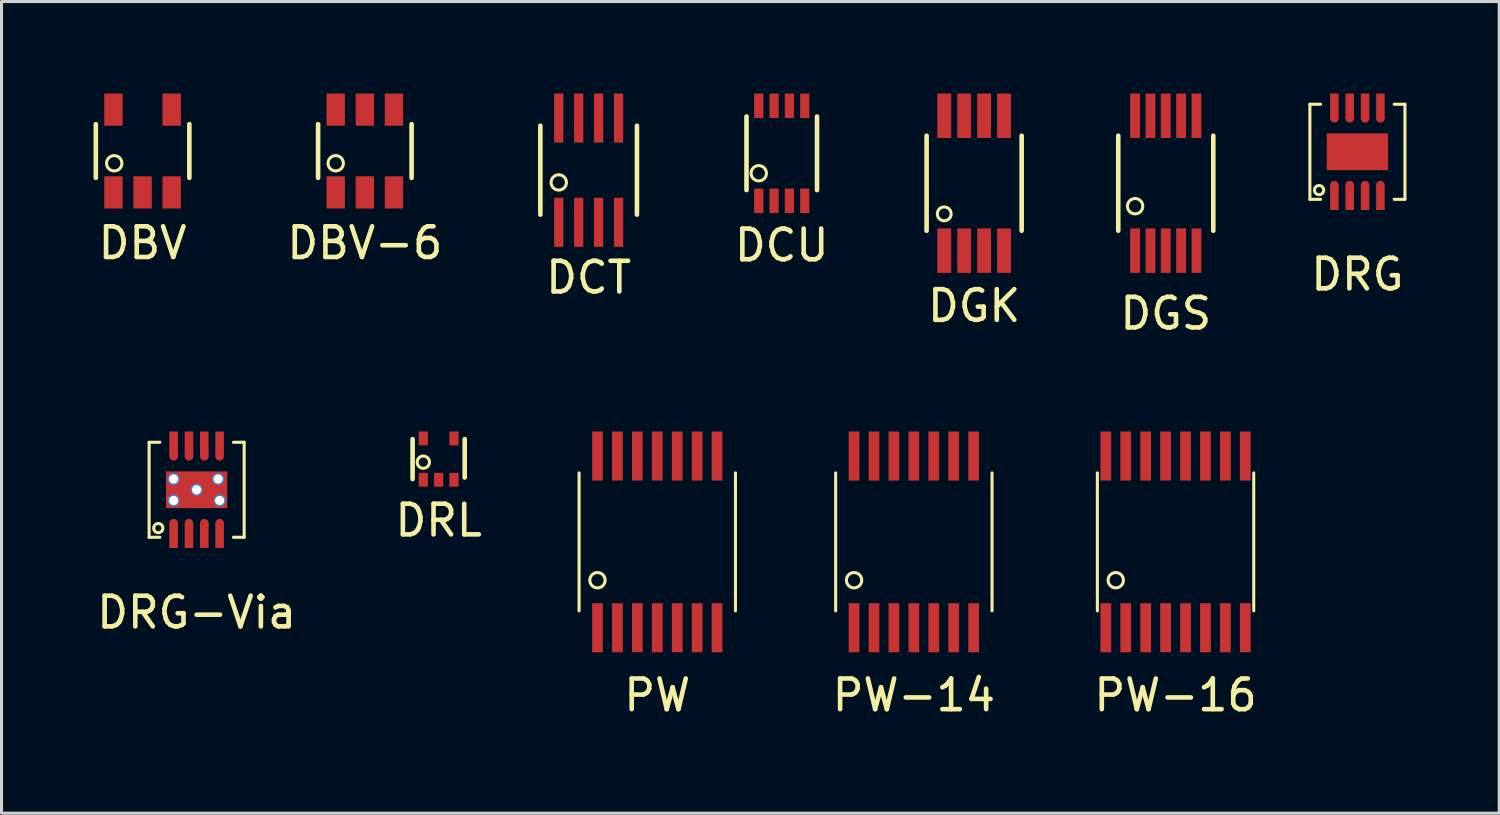
<source format=kicad_pcb>
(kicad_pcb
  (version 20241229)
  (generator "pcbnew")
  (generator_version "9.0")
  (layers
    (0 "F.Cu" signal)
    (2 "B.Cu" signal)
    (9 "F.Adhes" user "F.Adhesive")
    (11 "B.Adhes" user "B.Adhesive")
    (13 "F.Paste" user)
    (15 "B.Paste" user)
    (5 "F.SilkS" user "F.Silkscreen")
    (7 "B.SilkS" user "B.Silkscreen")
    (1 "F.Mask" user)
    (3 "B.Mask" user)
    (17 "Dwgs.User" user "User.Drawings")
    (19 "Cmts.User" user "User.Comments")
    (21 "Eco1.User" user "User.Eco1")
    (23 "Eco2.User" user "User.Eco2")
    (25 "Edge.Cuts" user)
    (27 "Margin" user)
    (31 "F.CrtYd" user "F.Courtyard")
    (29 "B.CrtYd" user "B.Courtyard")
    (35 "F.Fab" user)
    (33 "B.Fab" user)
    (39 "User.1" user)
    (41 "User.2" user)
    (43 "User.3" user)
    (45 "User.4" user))
  (footprint "DCU"
    (layer "F.Cu")
    (at 22.446 1.95)
    (property "Reference" "DCU" (at 0 3 0) (layer "F.SilkS") (effects (font (size 1 1) (thickness 0.15))))
    (attr through_hole)
    (fp_line (start -1.15 -1.2) (end -1.15 1.2) (stroke (width 0.15) (type solid)) (layer "F.SilkS"))
    (fp_line (start 1.15 -1.2) (end 1.15 1.2) (stroke (width 0.15) (type solid)) (layer "F.SilkS"))
    (fp_circle (center -0.75 0.65) (end -0.5 0.65) (stroke (width 0.1) (type solid)) (fill no) (layer "F.SilkS"))
    (pad "1" smd rect (at -0.75 1.55) (size 0.3 0.8) (layers "F.Cu" "F.Mask" "F.Paste"))
    (pad "2" smd rect (at -0.25 1.55) (size 0.3 0.8) (layers "F.Cu" "F.Mask" "F.Paste"))
    (pad "3" smd rect (at 0.25 1.55) (size 0.3 0.8) (layers "F.Cu" "F.Mask" "F.Paste"))
    (pad "4" smd rect (at 0.75 1.55) (size 0.3 0.8) (layers "F.Cu" "F.Mask" "F.Paste"))
    (pad "5" smd rect (at 0.75 -1.55) (size 0.3 0.8) (layers "F.Cu" "F.Mask" "F.Paste"))
    (pad "6" smd rect (at 0.25 -1.55) (size 0.3 0.8) (layers "F.Cu" "F.Mask" "F.Paste"))
    (pad "7" smd rect (at -0.25 -1.55) (size 0.3 0.8) (layers "F.Cu" "F.Mask" "F.Paste"))
    (pad "8" smd rect (at -0.75 -1.55) (size 0.3 0.8) (layers "F.Cu" "F.Mask" "F.Paste")))
  (footprint "DBV"
    (layer "F.Cu")
    (at 1.6 1.875)
    (property "Reference" "DBV" (at 0 3 0) (layer "F.SilkS") (effects (font (size 1 1) (thickness 0.15))))
    (attr through_hole)
    (fp_line (start -1.525 -0.875) (end -1.525 0.875) (stroke (width 0.15) (type solid)) (layer "F.SilkS"))
    (fp_line (start 1.525 -0.875) (end 1.525 0.875) (stroke (width 0.15) (type solid)) (layer "F.SilkS"))
    (fp_circle (center -0.925 0.4) (end -0.675 0.4) (stroke (width 0.1) (type solid)) (fill no) (layer "F.SilkS"))
    (pad "1" smd rect (at -0.95 1.35) (size 0.6 1.05) (layers "F.Cu" "F.Mask" "F.Paste"))
    (pad "2" smd rect (at 0 1.35) (size 0.6 1.05) (layers "F.Cu" "F.Mask" "F.Paste"))
    (pad "3" smd rect (at 0.95 1.35) (size 0.6 1.05) (layers "F.Cu" "F.Mask" "F.Paste"))
    (pad "4" smd rect (at 0.95 -1.35) (size 0.6 1.05) (layers "F.Cu" "F.Mask" "F.Paste"))
    (pad "5" smd rect (at -0.95 -1.35) (size 0.6 1.05) (layers "F.Cu" "F.Mask" "F.Paste")))
  (footprint "DRG"
    (layer "F.Cu")
    (at 41.22 1.9)
    (property "Reference" "DRG" (at 0 4 0) (layer "F.SilkS") (effects (font (size 1 1) (thickness 0.15))))
    (attr through_hole)
    (fp_line (start -1.55 -1.55) (end -1.55 1.55) (stroke (width 0.1) (type solid)) (layer "F.SilkS"))
    (fp_line (start -1.55 -1.55) (end -1.2 -1.55) (stroke (width 0.1) (type solid)) (layer "F.SilkS"))
    (fp_line (start -1.55 1.55) (end -1.2 1.55) (stroke (width 0.1) (type solid)) (layer "F.SilkS"))
    (fp_line (start 1.55 -1.55) (end 1.2 -1.55) (stroke (width 0.1) (type solid)) (layer "F.SilkS"))
    (fp_line (start 1.55 -1.55) (end 1.55 1.55) (stroke (width 0.1) (type solid)) (layer "F.SilkS"))
    (fp_line (start 1.55 1.55) (end 1.2 1.55) (stroke (width 0.1) (type solid)) (layer "F.SilkS"))
    (fp_circle (center -1.25 1.25) (end -1.1 1.25) (stroke (width 0.1) (type solid)) (fill no) (layer "F.SilkS"))
    (pad "0" smd rect (at 0 0) (size 2 1.2) (layers "F.Cu" "F.Mask" "F.Paste"))
    (pad "1" smd circle (at -0.75 1.09) (size 0.28 0.28) (layers "F.Cu" "F.Mask" "F.Paste"))
    (pad "1" smd rect (at -0.75 1.495) (size 0.28 0.81) (layers "F.Cu" "F.Mask" "F.Paste"))
    (pad "2" smd circle (at -0.25 1.09) (size 0.28 0.28) (layers "F.Cu" "F.Mask" "F.Paste"))
    (pad "2" smd rect (at -0.25 1.495) (size 0.28 0.81) (layers "F.Cu" "F.Mask" "F.Paste"))
    (pad "3" smd circle (at 0.25 1.09) (size 0.28 0.28) (layers "F.Cu" "F.Mask" "F.Paste"))
    (pad "3" smd rect (at 0.25 1.495) (size 0.28 0.81) (layers "F.Cu" "F.Mask" "F.Paste"))
    (pad "4" smd circle (at 0.75 1.09) (size 0.28 0.28) (layers "F.Cu" "F.Mask" "F.Paste"))
    (pad "4" smd rect (at 0.75 1.495) (size 0.28 0.81) (layers "F.Cu" "F.Mask" "F.Paste"))
    (pad "5" smd rect (at 0.75 -1.495) (size 0.28 0.81) (layers "F.Cu" "F.Mask" "F.Paste"))
    (pad "5" smd circle (at 0.75 -1.09) (size 0.28 0.28) (layers "F.Cu" "F.Mask" "F.Paste"))
    (pad "6" smd rect (at 0.25 -1.495) (size 0.28 0.81) (layers "F.Cu" "F.Mask" "F.Paste"))
    (pad "6" smd circle (at 0.25 -1.09) (size 0.28 0.28) (layers "F.Cu" "F.Mask" "F.Paste"))
    (pad "7" smd rect (at -0.25 -1.495) (size 0.28 0.81) (layers "F.Cu" "F.Mask" "F.Paste"))
    (pad "7" smd circle (at -0.25 -1.09) (size 0.28 0.28) (layers "F.Cu" "F.Mask" "F.Paste"))
    (pad "8" smd rect (at -0.75 -1.495) (size 0.28 0.81) (layers "F.Cu" "F.Mask" "F.Paste"))
    (pad "8" smd circle (at -0.75 -1.09) (size 0.28 0.28) (layers "F.Cu" "F.Mask" "F.Paste")))
  (footprint "PW-14"
    (layer "F.Cu")
    (at 26.754 14.623)
    (property "Reference" "PW-14" (at 0 5 0) (layer "F.SilkS") (effects (font (size 1 1) (thickness 0.15))))
    (attr through_hole)
    (fp_line (start -2.55 -2.25) (end -2.55 2.25) (stroke (width 0.1) (type solid)) (layer "F.SilkS"))
    (fp_line (start 2.55 -2.25) (end 2.55 2.25) (stroke (width 0.1) (type solid)) (layer "F.SilkS"))
    (fp_circle (center -1.95 1.25) (end -1.7 1.25) (stroke (width 0.1) (type solid)) (fill no) (layer "F.SilkS"))
    (pad "1" smd rect (at -1.95 2.8) (size 0.35 1.6) (layers "F.Cu" "F.Mask" "F.Paste"))
    (pad "2" smd rect (at -1.3 2.8) (size 0.35 1.6) (layers "F.Cu" "F.Mask" "F.Paste"))
    (pad "3" smd rect (at -0.65 2.8) (size 0.35 1.6) (layers "F.Cu" "F.Mask" "F.Paste"))
    (pad "4" smd rect (at 0 2.8) (size 0.35 1.6) (layers "F.Cu" "F.Mask" "F.Paste"))
    (pad "5" smd rect (at 0.65 2.8) (size 0.35 1.6) (layers "F.Cu" "F.Mask" "F.Paste"))
    (pad "6" smd rect (at 1.3 2.8) (size 0.35 1.6) (layers "F.Cu" "F.Mask" "F.Paste"))
    (pad "7" smd rect (at 1.95 2.8) (size 0.35 1.6) (layers "F.Cu" "F.Mask" "F.Paste"))
    (pad "8" smd rect (at 1.95 -2.8) (size 0.35 1.6) (layers "F.Cu" "F.Mask" "F.Paste"))
    (pad "9" smd rect (at 1.3 -2.8) (size 0.35 1.6) (layers "F.Cu" "F.Mask" "F.Paste"))
    (pad "10" smd rect (at 0.65 -2.8) (size 0.35 1.6) (layers "F.Cu" "F.Mask" "F.Paste"))
    (pad "11" smd rect (at 0 -2.8) (size 0.35 1.6) (layers "F.Cu" "F.Mask" "F.Paste"))
    (pad "12" smd rect (at -0.65 -2.8) (size 0.35 1.6) (layers "F.Cu" "F.Mask" "F.Paste"))
    (pad "13" smd rect (at -1.3 -2.8) (size 0.35 1.6) (layers "F.Cu" "F.Mask" "F.Paste"))
    (pad "14" smd rect (at -1.95 -2.8) (size 0.35 1.6) (layers "F.Cu" "F.Mask" "F.Paste")))
  (footprint "DGK"
    (layer "F.Cu")
    (at 28.72 2.925)
    (property "Reference" "DGK" (at 0 4 0) (layer "F.SilkS") (effects (font (size 1 1) (thickness 0.15))))
    (attr through_hole)
    (fp_line (start -1.55 -1.55) (end -1.55 1.55) (stroke (width 0.15) (type solid)) (layer "F.SilkS"))
    (fp_line (start 1.55 -1.55) (end 1.55 1.55) (stroke (width 0.15) (type solid)) (layer "F.SilkS"))
    (fp_circle (center -0.975 1) (end -0.75 1) (stroke (width 0.1) (type solid)) (fill no) (layer "F.SilkS"))
    (pad "1" smd rect (at -0.975 2.2) (size 0.45 1.45) (layers "F.Cu" "F.Mask" "F.Paste"))
    (pad "2" smd rect (at -0.325 2.2) (size 0.45 1.45) (layers "F.Cu" "F.Mask" "F.Paste"))
    (pad "3" smd rect (at 0.325 2.2) (size 0.45 1.45) (layers "F.Cu" "F.Mask" "F.Paste"))
    (pad "4" smd rect (at 0.975 2.2) (size 0.45 1.45) (layers "F.Cu" "F.Mask" "F.Paste"))
    (pad "5" smd rect (at 0.975 -2.2) (size 0.45 1.45) (layers "F.Cu" "F.Mask" "F.Paste"))
    (pad "6" smd rect (at 0.325 -2.2) (size 0.45 1.45) (layers "F.Cu" "F.Mask" "F.Paste"))
    (pad "7" smd rect (at -0.325 -2.2) (size 0.45 1.45) (layers "F.Cu" "F.Mask" "F.Paste"))
    (pad "8" smd rect (at -0.975 -2.2) (size 0.45 1.45) (layers "F.Cu" "F.Mask" "F.Paste")))
  (footprint "DRG-Via"
    (layer "F.Cu")
    (at 3.363 12.923)
    (property "Reference" "DRG-Via" (at 0 4 0) (layer "F.SilkS") (effects (font (size 1 1) (thickness 0.15))))
    (attr through_hole)
    (fp_line (start -1.55 -1.55) (end -1.55 1.55) (stroke (width 0.1) (type solid)) (layer "F.SilkS"))
    (fp_line (start -1.55 -1.55) (end -1.2 -1.55) (stroke (width 0.1) (type solid)) (layer "F.SilkS"))
    (fp_line (start -1.55 1.55) (end -1.2 1.55) (stroke (width 0.1) (type solid)) (layer "F.SilkS"))
    (fp_line (start 1.55 -1.55) (end 1.2 -1.55) (stroke (width 0.1) (type solid)) (layer "F.SilkS"))
    (fp_line (start 1.55 -1.55) (end 1.55 1.55) (stroke (width 0.1) (type solid)) (layer "F.SilkS"))
    (fp_line (start 1.55 1.55) (end 1.2 1.55) (stroke (width 0.1) (type solid)) (layer "F.SilkS"))
    (fp_circle (center -1.25 1.25) (end -1.1 1.25) (stroke (width 0.1) (type solid)) (fill no) (layer "F.SilkS"))
    (pad "1" smd circle (at -0.75 1.09) (size 0.28 0.28) (layers "F.Cu" "F.Mask" "F.Paste"))
    (pad "1" smd rect (at -0.75 1.495) (size 0.28 0.81) (layers "F.Cu" "F.Mask" "F.Paste"))
    (pad "2" smd circle (at -0.25 1.09) (size 0.28 0.28) (layers "F.Cu" "F.Mask" "F.Paste"))
    (pad "2" smd rect (at -0.25 1.495) (size 0.28 0.81) (layers "F.Cu" "F.Mask" "F.Paste"))
    (pad "3" smd circle (at 0.25 1.09) (size 0.28 0.28) (layers "F.Cu" "F.Mask" "F.Paste"))
    (pad "3" smd rect (at 0.25 1.495) (size 0.28 0.81) (layers "F.Cu" "F.Mask" "F.Paste"))
    (pad "4" smd circle (at 0.75 1.09) (size 0.28 0.28) (layers "F.Cu" "F.Mask" "F.Paste"))
    (pad "4" smd rect (at 0.75 1.495) (size 0.28 0.81) (layers "F.Cu" "F.Mask" "F.Paste"))
    (pad "5" smd rect (at 0.75 -1.495) (size 0.28 0.81) (layers "F.Cu" "F.Mask" "F.Paste"))
    (pad "5" smd circle (at 0.75 -1.09) (size 0.28 0.28) (layers "F.Cu" "F.Mask" "F.Paste"))
    (pad "6" smd rect (at 0.25 -1.495) (size 0.28 0.81) (layers "F.Cu" "F.Mask" "F.Paste"))
    (pad "6" smd circle (at 0.25 -1.09) (size 0.28 0.28) (layers "F.Cu" "F.Mask" "F.Paste"))
    (pad "7" smd rect (at -0.25 -1.495) (size 0.28 0.81) (layers "F.Cu" "F.Mask" "F.Paste"))
    (pad "7" smd circle (at -0.25 -1.09) (size 0.28 0.28) (layers "F.Cu" "F.Mask" "F.Paste"))
    (pad "8" smd rect (at -0.75 -1.495) (size 0.28 0.81) (layers "F.Cu" "F.Mask" "F.Paste"))
    (pad "8" smd circle (at -0.75 -1.09) (size 0.28 0.28) (layers "F.Cu" "F.Mask" "F.Paste"))
    (pad "~" thru_hole circle (at -0.75 -0.35) (size 0.4 0.4) (drill 0.3) (layers "*.Cu" "*.Mask"))
    (pad "~" thru_hole circle (at -0.75 0.35) (size 0.4 0.4) (drill 0.3) (layers "*.Cu" "*.Mask"))
    (pad "~" thru_hole circle (at 0 0) (size 0.4 0.4) (drill 0.3) (layers "*.Cu" "*.Mask"))
    (pad "~" smd rect (at 0 0) (size 2 1.2) (layers "F.Cu" "F.Mask" "F.Paste"))
    (pad "~" thru_hole circle (at 0.7 -0.35) (size 0.4 0.4) (drill 0.3) (layers "*.Cu" "*.Mask"))
    (pad "~" thru_hole circle (at 0.75 0.35) (size 0.4 0.4) (drill 0.3) (layers "*.Cu" "*.Mask")))
  (footprint "PW-16"
    (layer "F.Cu")
    (at 35.289 14.623)
    (property "Reference" "PW-16" (at 0 5 0) (layer "F.SilkS") (effects (font (size 1 1) (thickness 0.15))))
    (attr through_hole)
    (fp_line (start -2.55 -2.25) (end -2.55 2.25) (stroke (width 0.1) (type solid)) (layer "F.SilkS"))
    (fp_line (start 2.55 -2.25) (end 2.55 2.25) (stroke (width 0.1) (type solid)) (layer "F.SilkS"))
    (fp_circle (center -1.95 1.25) (end -1.7 1.25) (stroke (width 0.1) (type solid)) (fill no) (layer "F.SilkS"))
    (pad "1" smd rect (at -2.275 2.8) (size 0.35 1.6) (layers "F.Cu" "F.Mask" "F.Paste"))
    (pad "2" smd rect (at -1.625 2.8) (size 0.35 1.6) (layers "F.Cu" "F.Mask" "F.Paste"))
    (pad "3" smd rect (at -0.975 2.8) (size 0.35 1.6) (layers "F.Cu" "F.Mask" "F.Paste"))
    (pad "4" smd rect (at -0.325 2.8) (size 0.35 1.6) (layers "F.Cu" "F.Mask" "F.Paste"))
    (pad "5" smd rect (at 0.325 2.8) (size 0.35 1.6) (layers "F.Cu" "F.Mask" "F.Paste"))
    (pad "6" smd rect (at 0.975 2.8) (size 0.35 1.6) (layers "F.Cu" "F.Mask" "F.Paste"))
    (pad "7" smd rect (at 1.625 2.8) (size 0.35 1.6) (layers "F.Cu" "F.Mask" "F.Paste"))
    (pad "8" smd rect (at 2.275 2.8) (size 0.35 1.6) (layers "F.Cu" "F.Mask" "F.Paste"))
    (pad "9" smd rect (at 2.275 -2.8) (size 0.35 1.6) (layers "F.Cu" "F.Mask" "F.Paste"))
    (pad "10" smd rect (at 1.625 -2.8) (size 0.35 1.6) (layers "F.Cu" "F.Mask" "F.Paste"))
    (pad "11" smd rect (at 0.975 -2.8) (size 0.35 1.6) (layers "F.Cu" "F.Mask" "F.Paste"))
    (pad "12" smd rect (at 0.325 -2.8) (size 0.35 1.6) (layers "F.Cu" "F.Mask" "F.Paste"))
    (pad "13" smd rect (at -0.325 -2.8) (size 0.35 1.6) (layers "F.Cu" "F.Mask" "F.Paste"))
    (pad "14" smd rect (at -0.975 -2.8) (size 0.35 1.6) (layers "F.Cu" "F.Mask" "F.Paste"))
    (pad "15" smd rect (at -1.625 -2.8) (size 0.35 1.6) (layers "F.Cu" "F.Mask" "F.Paste"))
    (pad "16" smd rect (at -2.275 -2.8) (size 0.35 1.6) (layers "F.Cu" "F.Mask" "F.Paste")))
  (footprint "DBV-6"
    (layer "F.Cu")
    (at 8.849 1.875)
    (property "Reference" "DBV-6" (at 0 3 0) (layer "F.SilkS") (effects (font (size 1 1) (thickness 0.15))))
    (attr through_hole)
    (fp_line (start -1.525 -0.875) (end -1.525 0.875) (stroke (width 0.15) (type solid)) (layer "F.SilkS"))
    (fp_line (start 1.525 -0.875) (end 1.525 0.875) (stroke (width 0.15) (type solid)) (layer "F.SilkS"))
    (fp_circle (center -0.95 0.4) (end -0.7 0.4) (stroke (width 0.1) (type solid)) (fill no) (layer "F.SilkS"))
    (pad "1" smd rect (at -0.95 1.35) (size 0.6 1.05) (layers "F.Cu" "F.Mask" "F.Paste"))
    (pad "2" smd rect (at 0 1.35) (size 0.6 1.05) (layers "F.Cu" "F.Mask" "F.Paste"))
    (pad "3" smd rect (at 0.95 1.35) (size 0.6 1.05) (layers "F.Cu" "F.Mask" "F.Paste"))
    (pad "4" smd rect (at 0.95 -1.35) (size 0.6 1.05) (layers "F.Cu" "F.Mask" "F.Paste"))
    (pad "5" smd rect (at 0 -1.35) (size 0.6 1.05) (layers "F.Cu" "F.Mask" "F.Paste"))
    (pad "6" smd rect (at -0.95 -1.35) (size 0.6 1.05) (layers "F.Cu" "F.Mask" "F.Paste")))
  (footprint "DGS"
    (layer "F.Cu")
    (at 34.97 2.925)
    (property "Reference" "DGS" (at 0 4.25 0) (layer "F.SilkS") (effects (font (size 1 1) (thickness 0.15))))
    (attr through_hole)
    (fp_line (start -1.55 -1.55) (end -1.55 1.55) (stroke (width 0.15) (type solid)) (layer "F.SilkS"))
    (fp_line (start 1.55 -1.55) (end 1.55 1.55) (stroke (width 0.15) (type solid)) (layer "F.SilkS"))
    (fp_circle (center -1 0.75) (end -0.75 0.75) (stroke (width 0.1) (type solid)) (fill no) (layer "F.SilkS"))
    (pad "1" smd rect (at -1 2.2) (size 0.32 1.45) (layers "F.Cu" "F.Mask" "F.Paste"))
    (pad "2" smd rect (at -0.5 2.2) (size 0.32 1.45) (layers "F.Cu" "F.Mask" "F.Paste"))
    (pad "3" smd rect (at 0 2.2) (size 0.32 1.45) (layers "F.Cu" "F.Mask" "F.Paste"))
    (pad "4" smd rect (at 0.5 2.2) (size 0.32 1.45) (layers "F.Cu" "F.Mask" "F.Paste"))
    (pad "5" smd rect (at 1 2.2) (size 0.32 1.45) (layers "F.Cu" "F.Mask" "F.Paste"))
    (pad "6" smd rect (at 1 -2.2) (size 0.32 1.45) (layers "F.Cu" "F.Mask" "F.Paste"))
    (pad "7" smd rect (at 0.5 -2.2) (size 0.32 1.45) (layers "F.Cu" "F.Mask" "F.Paste"))
    (pad "8" smd rect (at 0 -2.2) (size 0.32 1.45) (layers "F.Cu" "F.Mask" "F.Paste"))
    (pad "9" smd rect (at -0.5 -2.2) (size 0.32 1.45) (layers "F.Cu" "F.Mask" "F.Paste"))
    (pad "10" smd rect (at -1 -2.2) (size 0.32 1.45) (layers "F.Cu" "F.Mask" "F.Paste")))
  (footprint "PW"
    (layer "F.Cu")
    (at 18.386 14.623)
    (property "Reference" "PW" (at 0 5 0) (layer "F.SilkS") (effects (font (size 1 1) (thickness 0.15))))
    (attr through_hole)
    (fp_line (start -2.55 -2.25) (end -2.55 2.25) (stroke (width 0.1) (type solid)) (layer "F.SilkS"))
    (fp_line (start 2.55 -2.25) (end 2.55 2.25) (stroke (width 0.1) (type solid)) (layer "F.SilkS"))
    (fp_circle (center -1.95 1.25) (end -1.7 1.25) (stroke (width 0.1) (type solid)) (fill no) (layer "F.SilkS"))
    (pad "1" smd rect (at -1.95 2.8) (size 0.35 1.6) (layers "F.Cu" "F.Mask" "F.Paste"))
    (pad "2" smd rect (at -1.3 2.8) (size 0.35 1.6) (layers "F.Cu" "F.Mask" "F.Paste"))
    (pad "3" smd rect (at -0.65 2.8) (size 0.35 1.6) (layers "F.Cu" "F.Mask" "F.Paste"))
    (pad "4" smd rect (at 0 2.8) (size 0.35 1.6) (layers "F.Cu" "F.Mask" "F.Paste"))
    (pad "5" smd rect (at 0.65 2.8) (size 0.35 1.6) (layers "F.Cu" "F.Mask" "F.Paste"))
    (pad "6" smd rect (at 1.3 2.8) (size 0.35 1.6) (layers "F.Cu" "F.Mask" "F.Paste"))
    (pad "7" smd rect (at 1.95 2.8) (size 0.35 1.6) (layers "F.Cu" "F.Mask" "F.Paste"))
    (pad "8" smd rect (at 1.95 -2.8) (size 0.35 1.6) (layers "F.Cu" "F.Mask" "F.Paste"))
    (pad "9" smd rect (at 1.3 -2.8) (size 0.35 1.6) (layers "F.Cu" "F.Mask" "F.Paste"))
    (pad "10" smd rect (at 0.65 -2.8) (size 0.35 1.6) (layers "F.Cu" "F.Mask" "F.Paste"))
    (pad "11" smd rect (at 0 -2.8) (size 0.35 1.6) (layers "F.Cu" "F.Mask" "F.Paste"))
    (pad "12" smd rect (at -0.65 -2.8) (size 0.35 1.6) (layers "F.Cu" "F.Mask" "F.Paste"))
    (pad "13" smd rect (at -1.3 -2.8) (size 0.35 1.6) (layers "F.Cu" "F.Mask" "F.Paste"))
    (pad "14" smd rect (at -1.95 -2.8) (size 0.35 1.6) (layers "F.Cu" "F.Mask" "F.Paste")))
  (footprint "DRL"
    (layer "F.Cu")
    (at 11.256 11.923)
    (property "Reference" "DRL" (at 0 2 0) (layer "F.SilkS") (effects (font (size 1 1) (thickness 0.15))))
    (attr through_hole)
    (fp_line (start -0.85 -0.65) (end -0.85 0.65) (stroke (width 0.15) (type solid)) (layer "F.SilkS"))
    (fp_line (start 0.85 -0.65) (end 0.85 0.6) (stroke (width 0.15) (type solid)) (layer "F.SilkS"))
    (fp_circle (center -0.5 0.1) (end -0.3 0.1) (stroke (width 0.1) (type solid)) (fill no) (layer "F.SilkS"))
    (pad "1" smd rect (at -0.5 0.675) (size 0.3 0.45) (layers "F.Cu" "F.Mask" "F.Paste"))
    (pad "2" smd rect (at 0 0.675) (size 0.3 0.45) (layers "F.Cu" "F.Mask" "F.Paste"))
    (pad "3" smd rect (at 0.5 0.675) (size 0.3 0.45) (layers "F.Cu" "F.Mask" "F.Paste"))
    (pad "4" smd rect (at 0.5 -0.675) (size 0.3 0.45) (layers "F.Cu" "F.Mask" "F.Paste"))
    (pad "5" smd rect (at -0.5 -0.675) (size 0.3 0.45) (layers "F.Cu" "F.Mask" "F.Paste")))
  (footprint "DCT"
    (layer "F.Cu")
    (at 16.148 2.5)
    (property "Reference" "DCT" (at 0 3.5 0) (layer "F.SilkS") (effects (font (size 1 1) (thickness 0.15))))
    (attr through_hole)
    (fp_line (start -1.575 -1.45) (end -1.575 1.45) (stroke (width 0.15) (type solid)) (layer "F.SilkS"))
    (fp_line (start 1.575 -1.45) (end 1.575 1.45) (stroke (width 0.15) (type solid)) (layer "F.SilkS"))
    (fp_circle (center -0.975 0.4) (end -0.725 0.4) (stroke (width 0.1) (type solid)) (fill no) (layer "F.SilkS"))
    (pad "1" smd rect (at -0.975 1.7) (size 0.3 1.6) (layers "F.Cu" "F.Mask" "F.Paste"))
    (pad "2" smd rect (at -0.325 1.7) (size 0.3 1.6) (layers "F.Cu" "F.Mask" "F.Paste"))
    (pad "3" smd rect (at 0.325 1.7) (size 0.3 1.6) (layers "F.Cu" "F.Mask" "F.Paste"))
    (pad "4" smd rect (at 0.975 1.7) (size 0.3 1.6) (layers "F.Cu" "F.Mask" "F.Paste"))
    (pad "5" smd rect (at 0.975 -1.7) (size 0.3 1.6) (layers "F.Cu" "F.Mask" "F.Paste"))
    (pad "6" smd rect (at 0.325 -1.7) (size 0.3 1.6) (layers "F.Cu" "F.Mask" "F.Paste"))
    (pad "7" smd rect (at -0.325 -1.7) (size 0.3 1.6) (layers "F.Cu" "F.Mask" "F.Paste"))
    (pad "8" smd rect (at -0.975 -1.7) (size 0.3 1.6) (layers "F.Cu" "F.Mask" "F.Paste")))
  (gr_rect
    (start -3 -3)
    (end 45.845 23.471)
    (stroke (width 0.1) (type default))
    (fill no)
    (layer "Edge.Cuts")))
</source>
